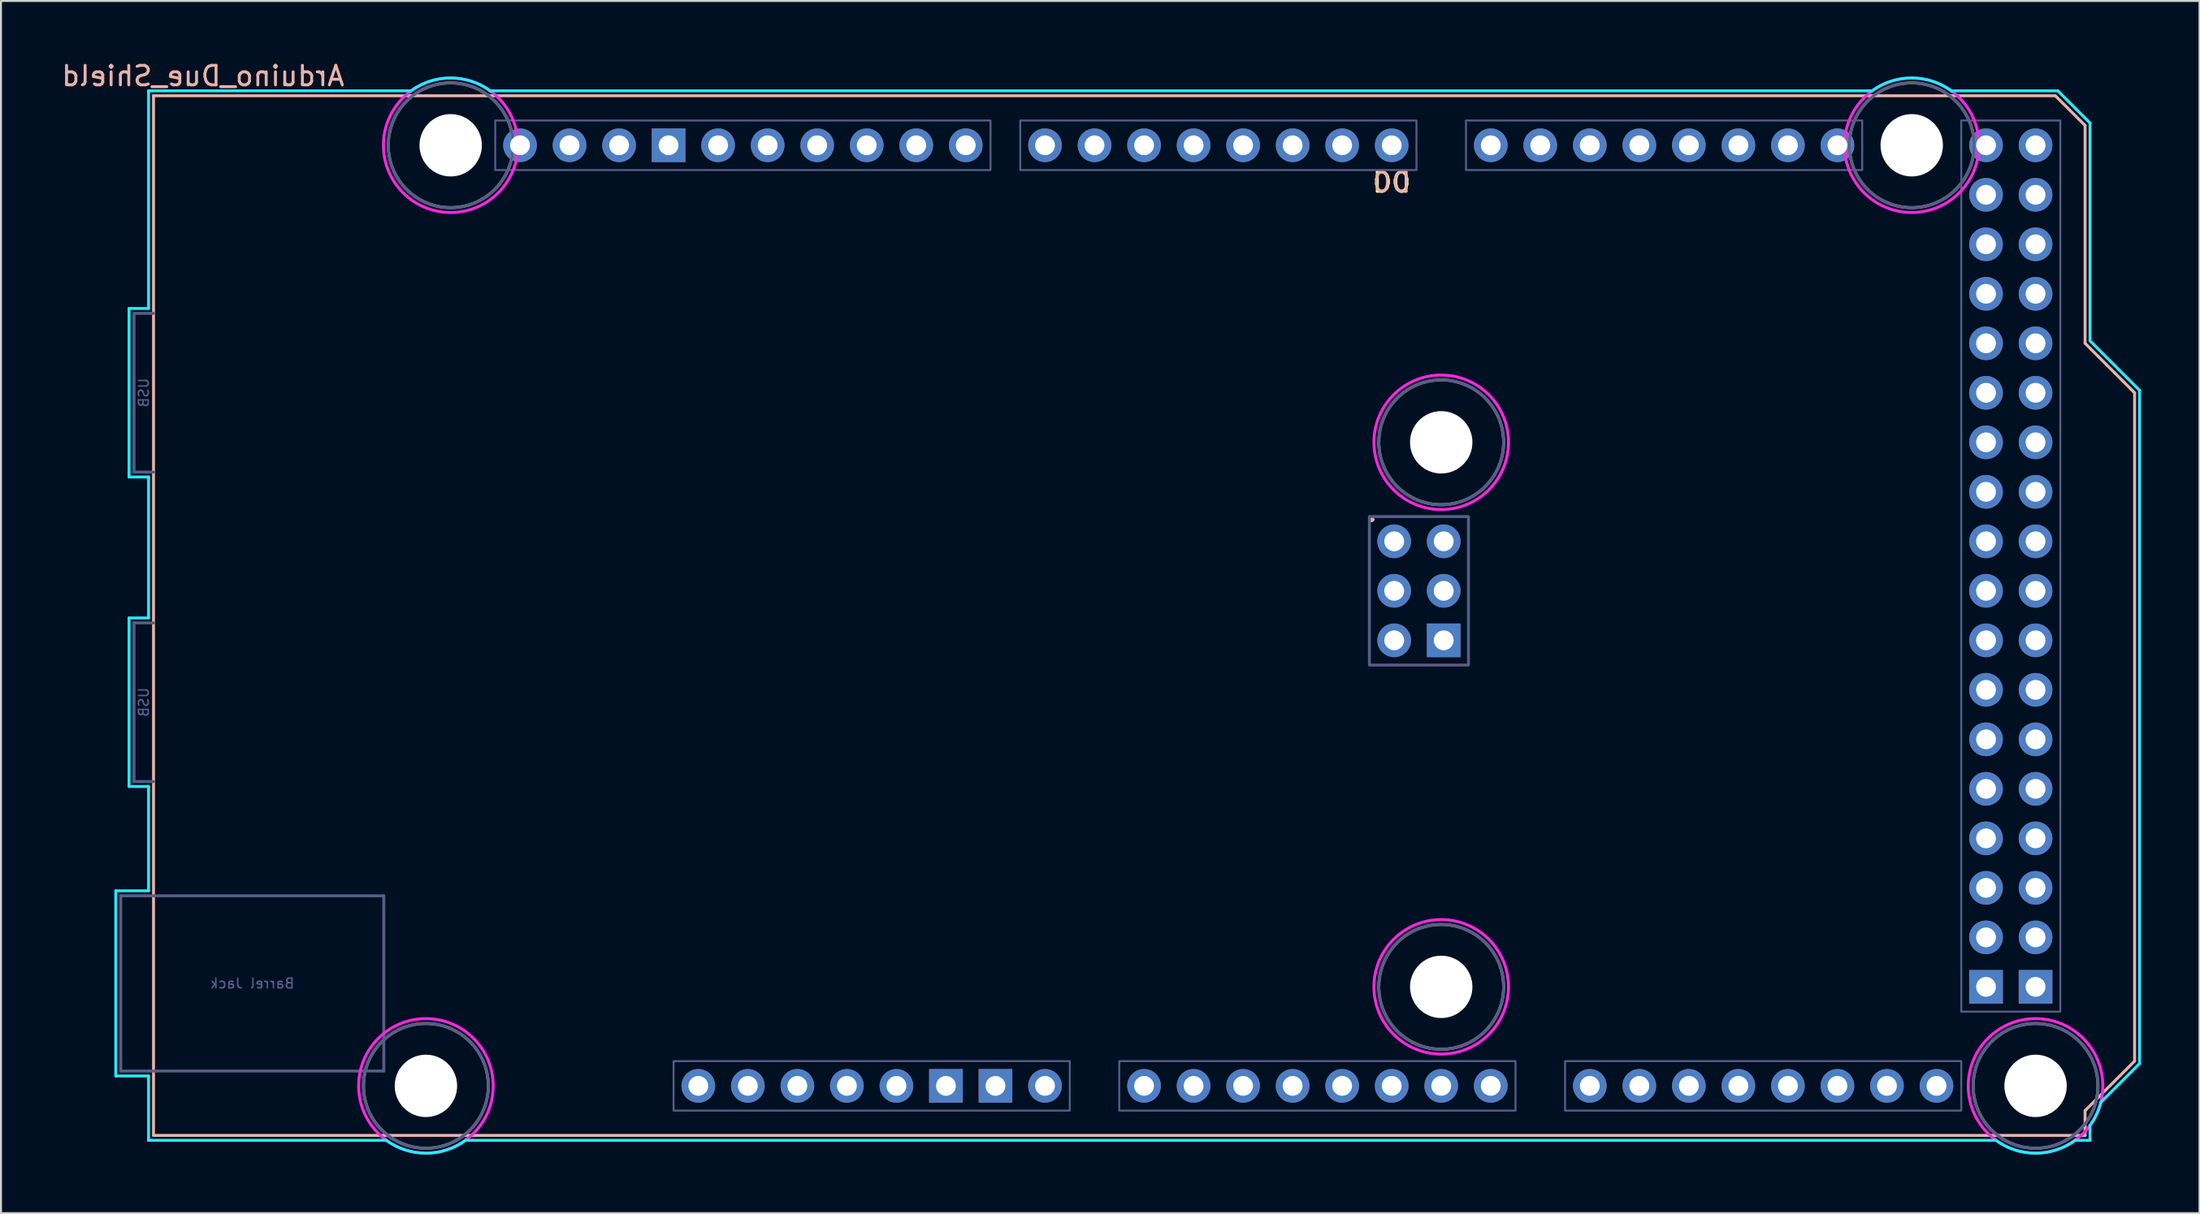
<source format=kicad_pcb>
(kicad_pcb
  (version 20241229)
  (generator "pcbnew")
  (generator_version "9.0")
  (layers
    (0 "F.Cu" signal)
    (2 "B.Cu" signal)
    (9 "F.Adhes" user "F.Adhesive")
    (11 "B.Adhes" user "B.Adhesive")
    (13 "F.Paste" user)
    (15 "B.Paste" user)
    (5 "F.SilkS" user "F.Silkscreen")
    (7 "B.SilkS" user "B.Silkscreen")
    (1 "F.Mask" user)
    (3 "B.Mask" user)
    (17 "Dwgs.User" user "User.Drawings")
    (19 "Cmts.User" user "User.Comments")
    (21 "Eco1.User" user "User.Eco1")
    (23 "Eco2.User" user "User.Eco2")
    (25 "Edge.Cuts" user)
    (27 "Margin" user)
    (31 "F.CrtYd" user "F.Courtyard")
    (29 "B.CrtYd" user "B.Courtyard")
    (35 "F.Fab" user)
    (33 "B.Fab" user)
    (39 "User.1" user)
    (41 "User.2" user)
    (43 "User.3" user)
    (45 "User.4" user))
  (footprint "Arduino_Due_Shield"
    (layer "F.Cu")
    (at 4.823 55.204)
    (property "Reference" "Arduino_Due_Shield" (at 2.54 -54.356 0) (layer "B.SilkS") (effects (font (size 1 1) (thickness 0.15)) (justify mirror)))
    (attr through_hole)
    (fp_line (start 0 -53.34) (end 0 0) (stroke (width 0.15) (type solid)) (layer "B.SilkS"))
    (fp_line (start 0 -53.34) (end 97.536 -53.34) (stroke (width 0.15) (type solid)) (layer "B.SilkS"))
    (fp_line (start 0 0) (end 99.06 0) (stroke (width 0.15) (type solid)) (layer "B.SilkS"))
    (fp_line (start 97.536 -53.34) (end 99.06 -51.816) (stroke (width 0.15) (type solid)) (layer "B.SilkS"))
    (fp_line (start 99.06 -40.64) (end 99.06 -51.816) (stroke (width 0.15) (type solid)) (layer "B.SilkS"))
    (fp_line (start 99.06 -1.27) (end 101.6 -3.81) (stroke (width 0.15) (type solid)) (layer "B.SilkS"))
    (fp_line (start 99.06 0) (end 99.06 -1.27) (stroke (width 0.15) (type solid)) (layer "B.SilkS"))
    (fp_line (start 101.6 -38.1) (end 99.06 -40.64) (stroke (width 0.15) (type solid)) (layer "B.SilkS"))
    (fp_line (start 101.6 -3.81) (end 101.6 -38.1) (stroke (width 0.15) (type solid)) (layer "B.SilkS"))
    (fp_line (start -1.934 -12.548) (end -1.934 -3.049) (stroke (width 0.15) (type solid)) (layer "B.CrtYd"))
    (fp_line (start -1.934 -12.548) (end -0.254 -12.548) (stroke (width 0.15) (type solid)) (layer "B.CrtYd"))
    (fp_line (start -1.934 -3.049) (end -0.254 -3.049) (stroke (width 0.15) (type solid)) (layer "B.CrtYd"))
    (fp_line (start -1.254 -42.428) (end -0.254 -42.428) (stroke (width 0.15) (type solid)) (layer "B.CrtYd"))
    (fp_line (start -1.254 -33.78) (end -1.254 -42.428) (stroke (width 0.15) (type solid)) (layer "B.CrtYd"))
    (fp_line (start -1.254 -33.78) (end -0.254 -33.78) (stroke (width 0.15) (type solid)) (layer "B.CrtYd"))
    (fp_line (start -1.254 -26.548) (end -0.254 -26.548) (stroke (width 0.15) (type solid)) (layer "B.CrtYd"))
    (fp_line (start -1.254 -17.9) (end -1.254 -26.548) (stroke (width 0.15) (type solid)) (layer "B.CrtYd"))
    (fp_line (start -1.254 -17.9) (end -0.254 -17.9) (stroke (width 0.15) (type solid)) (layer "B.CrtYd"))
    (fp_line (start -0.254 -53.594) (end -0.254 -42.428) (stroke (width 0.15) (type solid)) (layer "B.CrtYd"))
    (fp_line (start -0.254 -33.78) (end -0.254 -26.548) (stroke (width 0.15) (type solid)) (layer "B.CrtYd"))
    (fp_line (start -0.254 -17.9) (end -0.254 -12.548) (stroke (width 0.15) (type solid)) (layer "B.CrtYd"))
    (fp_line (start -0.254 -3.049) (end -0.254 0.254) (stroke (width 0.15) (type solid)) (layer "B.CrtYd"))
    (fp_line (start 11.938 0.254) (end -0.254 0.254) (stroke (width 0.15) (type solid)) (layer "B.CrtYd"))
    (fp_line (start 13.208 -53.594) (end -0.254 -53.594) (stroke (width 0.15) (type solid)) (layer "B.CrtYd"))
    (fp_line (start 16.002 0.254) (end 94.488 0.254) (stroke (width 0.15) (type solid)) (layer "B.CrtYd"))
    (fp_line (start 17.272 -53.594) (end 88.138 -53.594) (stroke (width 0.15) (type solid)) (layer "B.CrtYd"))
    (fp_line (start 97.663 -53.594) (end 92.202 -53.594) (stroke (width 0.15) (type solid)) (layer "B.CrtYd"))
    (fp_line (start 97.663 -53.594) (end 99.314 -51.943) (stroke (width 0.15) (type solid)) (layer "B.CrtYd"))
    (fp_line (start 99.314 -40.767) (end 99.314 -51.943) (stroke (width 0.15) (type solid)) (layer "B.CrtYd"))
    (fp_line (start 99.314 0.254) (end 98.552 0.254) (stroke (width 0.15) (type solid)) (layer "B.CrtYd"))
    (fp_line (start 99.314 0.254) (end 99.314 -0.508) (stroke (width 0.15) (type solid)) (layer "B.CrtYd"))
    (fp_line (start 99.873 -1.702) (end 101.854 -3.683) (stroke (width 0.15) (type solid)) (layer "B.CrtYd"))
    (fp_line (start 101.854 -38.227) (end 99.314 -40.767) (stroke (width 0.15) (type solid)) (layer "B.CrtYd"))
    (fp_line (start 101.854 -3.683) (end 101.854 -38.227) (stroke (width 0.15) (type solid)) (layer "B.CrtYd"))
    (fp_arc (start 13.208 -53.594) (mid 15.24 -54.254237) (end 17.272 -53.594) (stroke (width 0.15) (type solid)) (layer "B.CrtYd"))
    (fp_arc (start 16.002 0.254) (mid 13.97 0.914237) (end 11.938 0.254) (stroke (width 0.15) (type solid)) (layer "B.CrtYd"))
    (fp_arc (start 88.138 -53.594) (mid 90.17 -54.254237) (end 92.202 -53.594) (stroke (width 0.15) (type solid)) (layer "B.CrtYd"))
    (fp_arc (start 98.552 0.254) (mid 96.52 0.914237) (end 94.488 0.254) (stroke (width 0.15) (type solid)) (layer "B.CrtYd"))
    (fp_arc (start 99.8728 -1.7018) (mid 99.650917 -1.077977) (end 99.314 -0.508) (stroke (width 0.15) (type solid)) (layer "B.CrtYd"))
    (fp_circle (center 13.97 -2.54) (end 17.42 -2.54) (stroke (width 0.15) (type solid)) (fill no) (layer "F.CrtYd"))
    (fp_circle (center 15.24 -50.8) (end 18.69 -50.8) (stroke (width 0.15) (type solid)) (fill no) (layer "F.CrtYd"))
    (fp_circle (center 66.04 -35.56) (end 69.49 -35.56) (stroke (width 0.15) (type solid)) (fill no) (layer "F.CrtYd"))
    (fp_circle (center 66.04 -7.62) (end 69.49 -7.62) (stroke (width 0.15) (type solid)) (fill no) (layer "F.CrtYd"))
    (fp_circle (center 90.17 -50.8) (end 93.62 -50.8) (stroke (width 0.15) (type solid)) (fill no) (layer "F.CrtYd"))
    (fp_circle (center 96.52 -2.54) (end 99.97 -2.54) (stroke (width 0.15) (type solid)) (fill no) (layer "F.CrtYd"))
    (fp_line (start -1.68 -12.294) (end -1.68 -3.303) (stroke (width 0.15) (type solid)) (layer "B.Fab"))
    (fp_line (start -1.68 -12.294) (end 11.81 -12.294) (stroke (width 0.15) (type solid)) (layer "B.Fab"))
    (fp_line (start -1.68 -3.303) (end 11.81 -3.303) (stroke (width 0.15) (type solid)) (layer "B.Fab"))
    (fp_line (start -1 -42.174) (end 0 -42.174) (stroke (width 0.15) (type solid)) (layer "B.Fab"))
    (fp_line (start -1 -34.034) (end -1 -42.174) (stroke (width 0.15) (type solid)) (layer "B.Fab"))
    (fp_line (start -1 -26.294) (end 0 -26.294) (stroke (width 0.15) (type solid)) (layer "B.Fab"))
    (fp_line (start -1 -18.154) (end -1 -26.294) (stroke (width 0.15) (type solid)) (layer "B.Fab"))
    (fp_line (start 0 -34.034) (end -1 -34.034) (stroke (width 0.15) (type solid)) (layer "B.Fab"))
    (fp_line (start 0 -18.154) (end -1 -18.154) (stroke (width 0.15) (type solid)) (layer "B.Fab"))
    (fp_line (start 11.81 -12.294) (end 11.81 -3.303) (stroke (width 0.15) (type solid)) (layer "B.Fab"))
    (fp_rect (start 17.526 -52.07) (end 42.926 -49.53) (stroke (width 0.1) (type solid)) (fill no) (layer "B.Fab"))
    (fp_rect (start 26.67 -3.81) (end 46.99 -1.27) (stroke (width 0.1) (type solid)) (fill no) (layer "B.Fab"))
    (fp_rect (start 44.45 -52.07) (end 64.77 -49.53) (stroke (width 0.1) (type solid)) (fill no) (layer "B.Fab"))
    (fp_rect (start 49.53 -3.81) (end 69.85 -1.27) (stroke (width 0.1) (type solid)) (fill no) (layer "B.Fab"))
    (fp_rect (start 62.357 -31.75) (end 67.437 -24.13) (stroke (width 0.15) (type solid)) (fill no) (layer "B.Fab"))
    (fp_rect (start 67.31 -52.07) (end 87.63 -49.53) (stroke (width 0.1) (type solid)) (fill no) (layer "B.Fab"))
    (fp_rect (start 72.39 -3.81) (end 92.71 -1.27) (stroke (width 0.1) (type solid)) (fill no) (layer "B.Fab"))
    (fp_rect (start 92.71 -52.07) (end 97.79 -6.35) (stroke (width 0.1) (type solid)) (fill no) (layer "B.Fab"))
    (fp_circle (center 13.97 -2.54) (end 17.17 -2.54) (stroke (width 0.15) (type solid)) (fill no) (layer "B.Fab"))
    (fp_circle (center 15.24 -50.8) (end 18.44 -50.8) (stroke (width 0.15) (type solid)) (fill no) (layer "B.Fab"))
    (fp_circle (center 66.04 -35.56) (end 69.24 -35.56) (stroke (width 0.15) (type solid)) (fill no) (layer "B.Fab"))
    (fp_circle (center 66.04 -7.62) (end 69.24 -7.62) (stroke (width 0.15) (type solid)) (fill no) (layer "B.Fab"))
    (fp_circle (center 90.17 -50.8) (end 93.37 -50.8) (stroke (width 0.15) (type solid)) (fill no) (layer "B.Fab"))
    (fp_circle (center 96.52 -2.54) (end 99.72 -2.54) (stroke (width 0.15) (type solid)) (fill no) (layer "B.Fab"))
    (fp_circle (center 13.97 -2.54) (end 17.17 -2.54) (stroke (width 0.15) (type solid)) (fill no) (layer "F.Fab"))
    (fp_circle (center 15.24 -50.8) (end 18.44 -50.8) (stroke (width 0.15) (type solid)) (fill no) (layer "F.Fab"))
    (fp_circle (center 66.04 -35.56) (end 69.24 -35.56) (stroke (width 0.15) (type solid)) (fill no) (layer "F.Fab"))
    (fp_circle (center 66.04 -7.62) (end 69.24 -7.62) (stroke (width 0.15) (type solid)) (fill no) (layer "F.Fab"))
    (fp_circle (center 90.17 -50.8) (end 93.37 -50.8) (stroke (width 0.15) (type solid)) (fill no) (layer "F.Fab"))
    (fp_circle (center 96.52 -2.54) (end 99.72 -2.54) (stroke (width 0.15) (type solid)) (fill no) (layer "F.Fab"))
    (fp_text user "D0" (at 63.5 -48.895 0) (unlocked yes) (layer "F.SilkS") (effects (font (size 1 1) (thickness 0.15))))
    (fp_text user "." (at 62.484 -32.004 0) (layer "F.SilkS") (effects (font (size 1 1) (thickness 0.15))))
    (fp_text user "." (at 62.484 -32.004 0) (layer "B.SilkS") (effects (font (size 1 1) (thickness 0.15))))
    (fp_text user "D0" (at 63.5 -48.895 0) (unlocked yes) (layer "B.SilkS") (effects (font (size 1 1) (thickness 0.15)) (justify mirror)))
    (fp_text user "USB" (at -0.5 -22.224 270) (layer "B.Fab") (effects (font (size 0.5 0.5) (thickness 0.075)) (justify mirror)))
    (fp_text user "Barrel Jack" (at 5.065 -7.798 0) (layer "B.Fab") (effects (font (size 0.5 0.5) (thickness 0.075)) (justify mirror)))
    (fp_text user "USB" (at -0.5 -38.104 270) (layer "B.Fab") (effects (font (size 0.5 0.5) (thickness 0.075)) (justify mirror)))
    (pad "" np_thru_hole circle (at 13.97 -2.54) (size 3.2 3.2) (drill 3.2) (layers "*.Cu" "*.Mask"))
    (pad "" np_thru_hole circle (at 15.24 -50.8) (size 3.2 3.2) (drill 3.2) (layers "*.Cu" "*.Mask"))
    (pad "" thru_hole oval (at 27.94 -2.54) (size 1.727 1.727) (drill 1.016) (layers "*.Cu" "*.Mask"))
    (pad "" np_thru_hole circle (at 66.04 -35.56) (size 3.2 3.2) (drill 3.2) (layers "*.Cu" "*.Mask"))
    (pad "" np_thru_hole circle (at 66.04 -7.62) (size 3.2 3.2) (drill 3.2) (layers "*.Cu" "*.Mask"))
    (pad "" np_thru_hole circle (at 90.17 -50.8) (size 3.2 3.2) (drill 3.2) (layers "*.Cu" "*.Mask"))
    (pad "" np_thru_hole circle (at 96.52 -2.54) (size 3.2 3.2) (drill 3.2) (layers "*.Cu" "*.Mask"))
    (pad "3V3" thru_hole oval (at 35.56 -2.54) (size 1.727 1.727) (drill 1.016) (layers "*.Cu" "*.Mask"))
    (pad "5V1" thru_hole oval (at 38.1 -2.54) (size 1.727 1.727) (drill 1.016) (layers "*.Cu" "*.Mask"))
    (pad "5V2" thru_hole oval (at 66.167 -30.48) (size 1.727 1.727) (drill 1.016) (layers "*.Cu" "*.Mask"))
    (pad "5V3" thru_hole oval (at 93.98 -50.8) (size 1.727 1.727) (drill 1.016) (layers "*.Cu" "*.Mask"))
    (pad "5V4" thru_hole oval (at 96.52 -50.8) (size 1.727 1.727) (drill 1.016) (layers "*.Cu" "*.Mask"))
    (pad "A0" thru_hole oval (at 50.8 -2.54) (size 1.727 1.727) (drill 1.016) (layers "*.Cu" "*.Mask"))
    (pad "A1" thru_hole oval (at 53.34 -2.54) (size 1.727 1.727) (drill 1.016) (layers "*.Cu" "*.Mask"))
    (pad "A2" thru_hole oval (at 55.88 -2.54) (size 1.727 1.727) (drill 1.016) (layers "*.Cu" "*.Mask"))
    (pad "A3" thru_hole oval (at 58.42 -2.54) (size 1.727 1.727) (drill 1.016) (layers "*.Cu" "*.Mask"))
    (pad "A4" thru_hole oval (at 60.96 -2.54) (size 1.727 1.727) (drill 1.016) (layers "*.Cu" "*.Mask"))
    (pad "A5" thru_hole oval (at 63.5 -2.54) (size 1.727 1.727) (drill 1.016) (layers "*.Cu" "*.Mask"))
    (pad "A6" thru_hole oval (at 66.04 -2.54) (size 1.727 1.727) (drill 1.016) (layers "*.Cu" "*.Mask"))
    (pad "A7" thru_hole oval (at 68.58 -2.54) (size 1.727 1.727) (drill 1.016) (layers "*.Cu" "*.Mask"))
    (pad "A8" thru_hole oval (at 73.66 -2.54) (size 1.727 1.727) (drill 1.016) (layers "*.Cu" "*.Mask"))
    (pad "A9" thru_hole oval (at 76.2 -2.54) (size 1.727 1.727) (drill 1.016) (layers "*.Cu" "*.Mask"))
    (pad "A10" thru_hole oval (at 78.74 -2.54) (size 1.727 1.727) (drill 1.016) (layers "*.Cu" "*.Mask"))
    (pad "A11" thru_hole oval (at 81.28 -2.54) (size 1.727 1.727) (drill 1.016) (layers "*.Cu" "*.Mask"))
    (pad "AREF" thru_hole oval (at 23.876 -50.8) (size 1.727 1.727) (drill 1.016) (layers "*.Cu" "*.Mask"))
    (pad "CANR" thru_hole oval (at 88.9 -2.54) (size 1.727 1.727) (drill 1.016) (layers "*.Cu" "*.Mask"))
    (pad "CANT" thru_hole oval (at 91.44 -2.54) (size 1.727 1.727) (drill 1.016) (layers "*.Cu" "*.Mask"))
    (pad "D0" thru_hole oval (at 63.5 -50.8) (size 1.727 1.727) (drill 1.016) (layers "*.Cu" "*.Mask"))
    (pad "D1" thru_hole oval (at 60.96 -50.8) (size 1.727 1.727) (drill 1.016) (layers "*.Cu" "*.Mask"))
    (pad "D2" thru_hole oval (at 58.42 -50.8) (size 1.727 1.727) (drill 1.016) (layers "*.Cu" "*.Mask"))
    (pad "D3" thru_hole oval (at 55.88 -50.8) (size 1.727 1.727) (drill 1.016) (layers "*.Cu" "*.Mask"))
    (pad "D4" thru_hole oval (at 53.34 -50.8) (size 1.727 1.727) (drill 1.016) (layers "*.Cu" "*.Mask"))
    (pad "D5" thru_hole oval (at 50.8 -50.8) (size 1.727 1.727) (drill 1.016) (layers "*.Cu" "*.Mask"))
    (pad "D6" thru_hole oval (at 48.26 -50.8) (size 1.727 1.727) (drill 1.016) (layers "*.Cu" "*.Mask"))
    (pad "D7" thru_hole oval (at 45.72 -50.8) (size 1.727 1.727) (drill 1.016) (layers "*.Cu" "*.Mask"))
    (pad "D8" thru_hole oval (at 41.656 -50.8) (size 1.727 1.727) (drill 1.016) (layers "*.Cu" "*.Mask"))
    (pad "D9" thru_hole oval (at 39.116 -50.8) (size 1.727 1.727) (drill 1.016) (layers "*.Cu" "*.Mask"))
    (pad "D10" thru_hole oval (at 36.576 -50.8) (size 1.727 1.727) (drill 1.016) (layers "*.Cu" "*.Mask"))
    (pad "D11" thru_hole oval (at 34.036 -50.8) (size 1.727 1.727) (drill 1.016) (layers "*.Cu" "*.Mask"))
    (pad "D12" thru_hole oval (at 31.496 -50.8) (size 1.727 1.727) (drill 1.016) (layers "*.Cu" "*.Mask"))
    (pad "D13" thru_hole oval (at 28.956 -50.8) (size 1.727 1.727) (drill 1.016) (layers "*.Cu" "*.Mask"))
    (pad "D14" thru_hole oval (at 68.58 -50.8) (size 1.727 1.727) (drill 1.016) (layers "*.Cu" "*.Mask"))
    (pad "D15" thru_hole oval (at 71.12 -50.8) (size 1.727 1.727) (drill 1.016) (layers "*.Cu" "*.Mask"))
    (pad "D16" thru_hole oval (at 73.66 -50.8) (size 1.727 1.727) (drill 1.016) (layers "*.Cu" "*.Mask"))
    (pad "D17" thru_hole oval (at 76.2 -50.8) (size 1.727 1.727) (drill 1.016) (layers "*.Cu" "*.Mask"))
    (pad "D18" thru_hole oval (at 78.74 -50.8) (size 1.727 1.727) (drill 1.016) (layers "*.Cu" "*.Mask"))
    (pad "D19" thru_hole oval (at 81.28 -50.8) (size 1.727 1.727) (drill 1.016) (layers "*.Cu" "*.Mask"))
    (pad "D20" thru_hole oval (at 83.82 -50.8) (size 1.727 1.727) (drill 1.016) (layers "*.Cu" "*.Mask"))
    (pad "D21" thru_hole oval (at 86.36 -50.8) (size 1.727 1.727) (drill 1.016) (layers "*.Cu" "*.Mask"))
    (pad "D22" thru_hole oval (at 93.98 -48.26) (size 1.727 1.727) (drill 1.016) (layers "*.Cu" "*.Mask"))
    (pad "D23" thru_hole oval (at 96.52 -48.26) (size 1.727 1.727) (drill 1.016) (layers "*.Cu" "*.Mask"))
    (pad "D24" thru_hole oval (at 93.98 -45.72) (size 1.727 1.727) (drill 1.016) (layers "*.Cu" "*.Mask"))
    (pad "D25" thru_hole oval (at 96.52 -45.72) (size 1.727 1.727) (drill 1.016) (layers "*.Cu" "*.Mask"))
    (pad "D26" thru_hole oval (at 93.98 -43.18) (size 1.727 1.727) (drill 1.016) (layers "*.Cu" "*.Mask"))
    (pad "D27" thru_hole oval (at 96.52 -43.18) (size 1.727 1.727) (drill 1.016) (layers "*.Cu" "*.Mask"))
    (pad "D28" thru_hole oval (at 93.98 -40.64) (size 1.727 1.727) (drill 1.016) (layers "*.Cu" "*.Mask"))
    (pad "D29" thru_hole oval (at 96.52 -40.64) (size 1.727 1.727) (drill 1.016) (layers "*.Cu" "*.Mask"))
    (pad "D30" thru_hole oval (at 93.98 -38.1) (size 1.727 1.727) (drill 1.016) (layers "*.Cu" "*.Mask"))
    (pad "D31" thru_hole oval (at 96.52 -38.1) (size 1.727 1.727) (drill 1.016) (layers "*.Cu" "*.Mask"))
    (pad "D32" thru_hole oval (at 93.98 -35.56) (size 1.727 1.727) (drill 1.016) (layers "*.Cu" "*.Mask"))
    (pad "D33" thru_hole oval (at 96.52 -35.56) (size 1.727 1.727) (drill 1.016) (layers "*.Cu" "*.Mask"))
    (pad "D34" thru_hole oval (at 93.98 -33.02) (size 1.727 1.727) (drill 1.016) (layers "*.Cu" "*.Mask"))
    (pad "D35" thru_hole oval (at 96.52 -33.02) (size 1.727 1.727) (drill 1.016) (layers "*.Cu" "*.Mask"))
    (pad "D36" thru_hole oval (at 93.98 -30.48) (size 1.727 1.727) (drill 1.016) (layers "*.Cu" "*.Mask"))
    (pad "D37" thru_hole oval (at 96.52 -30.48) (size 1.727 1.727) (drill 1.016) (layers "*.Cu" "*.Mask"))
    (pad "D38" thru_hole oval (at 93.98 -27.94) (size 1.727 1.727) (drill 1.016) (layers "*.Cu" "*.Mask"))
    (pad "D39" thru_hole oval (at 96.52 -27.94) (size 1.727 1.727) (drill 1.016) (layers "*.Cu" "*.Mask"))
    (pad "D40" thru_hole oval (at 93.98 -25.4) (size 1.727 1.727) (drill 1.016) (layers "*.Cu" "*.Mask"))
    (pad "D41" thru_hole oval (at 96.52 -25.4) (size 1.727 1.727) (drill 1.016) (layers "*.Cu" "*.Mask"))
    (pad "D42" thru_hole oval (at 93.98 -22.86) (size 1.727 1.727) (drill 1.016) (layers "*.Cu" "*.Mask"))
    (pad "D43" thru_hole oval (at 96.52 -22.86) (size 1.727 1.727) (drill 1.016) (layers "*.Cu" "*.Mask"))
    (pad "D44" thru_hole oval (at 93.98 -20.32) (size 1.727 1.727) (drill 1.016) (layers "*.Cu" "*.Mask"))
    (pad "D45" thru_hole oval (at 96.52 -20.32) (size 1.727 1.727) (drill 1.016) (layers "*.Cu" "*.Mask"))
    (pad "D46" thru_hole oval (at 93.98 -17.78) (size 1.727 1.727) (drill 1.016) (layers "*.Cu" "*.Mask"))
    (pad "D47" thru_hole oval (at 96.52 -17.78) (size 1.727 1.727) (drill 1.016) (layers "*.Cu" "*.Mask"))
    (pad "D48" thru_hole oval (at 93.98 -15.24) (size 1.727 1.727) (drill 1.016) (layers "*.Cu" "*.Mask"))
    (pad "D49" thru_hole oval (at 96.52 -15.24) (size 1.727 1.727) (drill 1.016) (layers "*.Cu" "*.Mask"))
    (pad "D50" thru_hole oval (at 93.98 -12.7) (size 1.727 1.727) (drill 1.016) (layers "*.Cu" "*.Mask"))
    (pad "D51" thru_hole oval (at 96.52 -12.7) (size 1.727 1.727) (drill 1.016) (layers "*.Cu" "*.Mask"))
    (pad "D52" thru_hole oval (at 93.98 -10.16) (size 1.727 1.727) (drill 1.016) (layers "*.Cu" "*.Mask"))
    (pad "D53" thru_hole oval (at 96.52 -10.16) (size 1.727 1.727) (drill 1.016) (layers "*.Cu" "*.Mask"))
    (pad "DAC0" thru_hole oval (at 83.82 -2.54) (size 1.727 1.727) (drill 1.016) (layers "*.Cu" "*.Mask"))
    (pad "DAC1" thru_hole oval (at 86.36 -2.54) (size 1.727 1.727) (drill 1.016) (layers "*.Cu" "*.Mask"))
    (pad "GND1" thru_hole rect (at 26.416 -50.8) (size 1.727 1.727) (drill 1.016) (layers "*.Cu" "*.Mask"))
    (pad "GND2" thru_hole rect (at 40.64 -2.54) (size 1.727 1.727) (drill 1.016) (layers "*.Cu" "*.Mask"))
    (pad "GND3" thru_hole rect (at 43.18 -2.54) (size 1.727 1.727) (drill 1.016) (layers "*.Cu" "*.Mask"))
    (pad "GND4" thru_hole rect (at 66.167 -25.4) (size 1.727 1.727) (drill 1.016) (layers "*.Cu" "*.Mask"))
    (pad "GND5" thru_hole rect (at 93.98 -7.62) (size 1.727 1.727) (drill 1.016) (layers "*.Cu" "*.Mask"))
    (pad "GND6" thru_hole rect (at 96.52 -7.62) (size 1.727 1.727) (drill 1.016) (layers "*.Cu" "*.Mask"))
    (pad "IORF" thru_hole oval (at 30.48 -2.54) (size 1.727 1.727) (drill 1.016) (layers "*.Cu" "*.Mask"))
    (pad "MISO" thru_hole oval (at 63.627 -30.48) (size 1.727 1.727) (drill 1.016) (layers "*.Cu" "*.Mask"))
    (pad "MOSI" thru_hole oval (at 66.167 -27.94) (size 1.727 1.727) (drill 1.016) (layers "*.Cu" "*.Mask"))
    (pad "RST1" thru_hole oval (at 33.02 -2.54) (size 1.727 1.727) (drill 1.016) (layers "*.Cu" "*.Mask"))
    (pad "RST2" thru_hole oval (at 63.627 -25.4) (size 1.727 1.727) (drill 1.016) (layers "*.Cu" "*.Mask"))
    (pad "SCK" thru_hole oval (at 63.627 -27.94) (size 1.727 1.727) (drill 1.016) (layers "*.Cu" "*.Mask"))
    (pad "SCL1" thru_hole oval (at 18.796 -50.8) (size 1.727 1.727) (drill 1.016) (layers "*.Cu" "*.Mask"))
    (pad "SDA1" thru_hole oval (at 21.336 -50.8) (size 1.727 1.727) (drill 1.016) (layers "*.Cu" "*.Mask"))
    (pad "VIN" thru_hole oval (at 45.72 -2.54) (size 1.727 1.727) (drill 1.016) (layers "*.Cu" "*.Mask")))
  (gr_rect
    (start -3 -3)
    (end 109.752 59.193)
    (stroke (width 0.1) (type default))
    (fill no)
    (layer "Edge.Cuts")))
</source>
